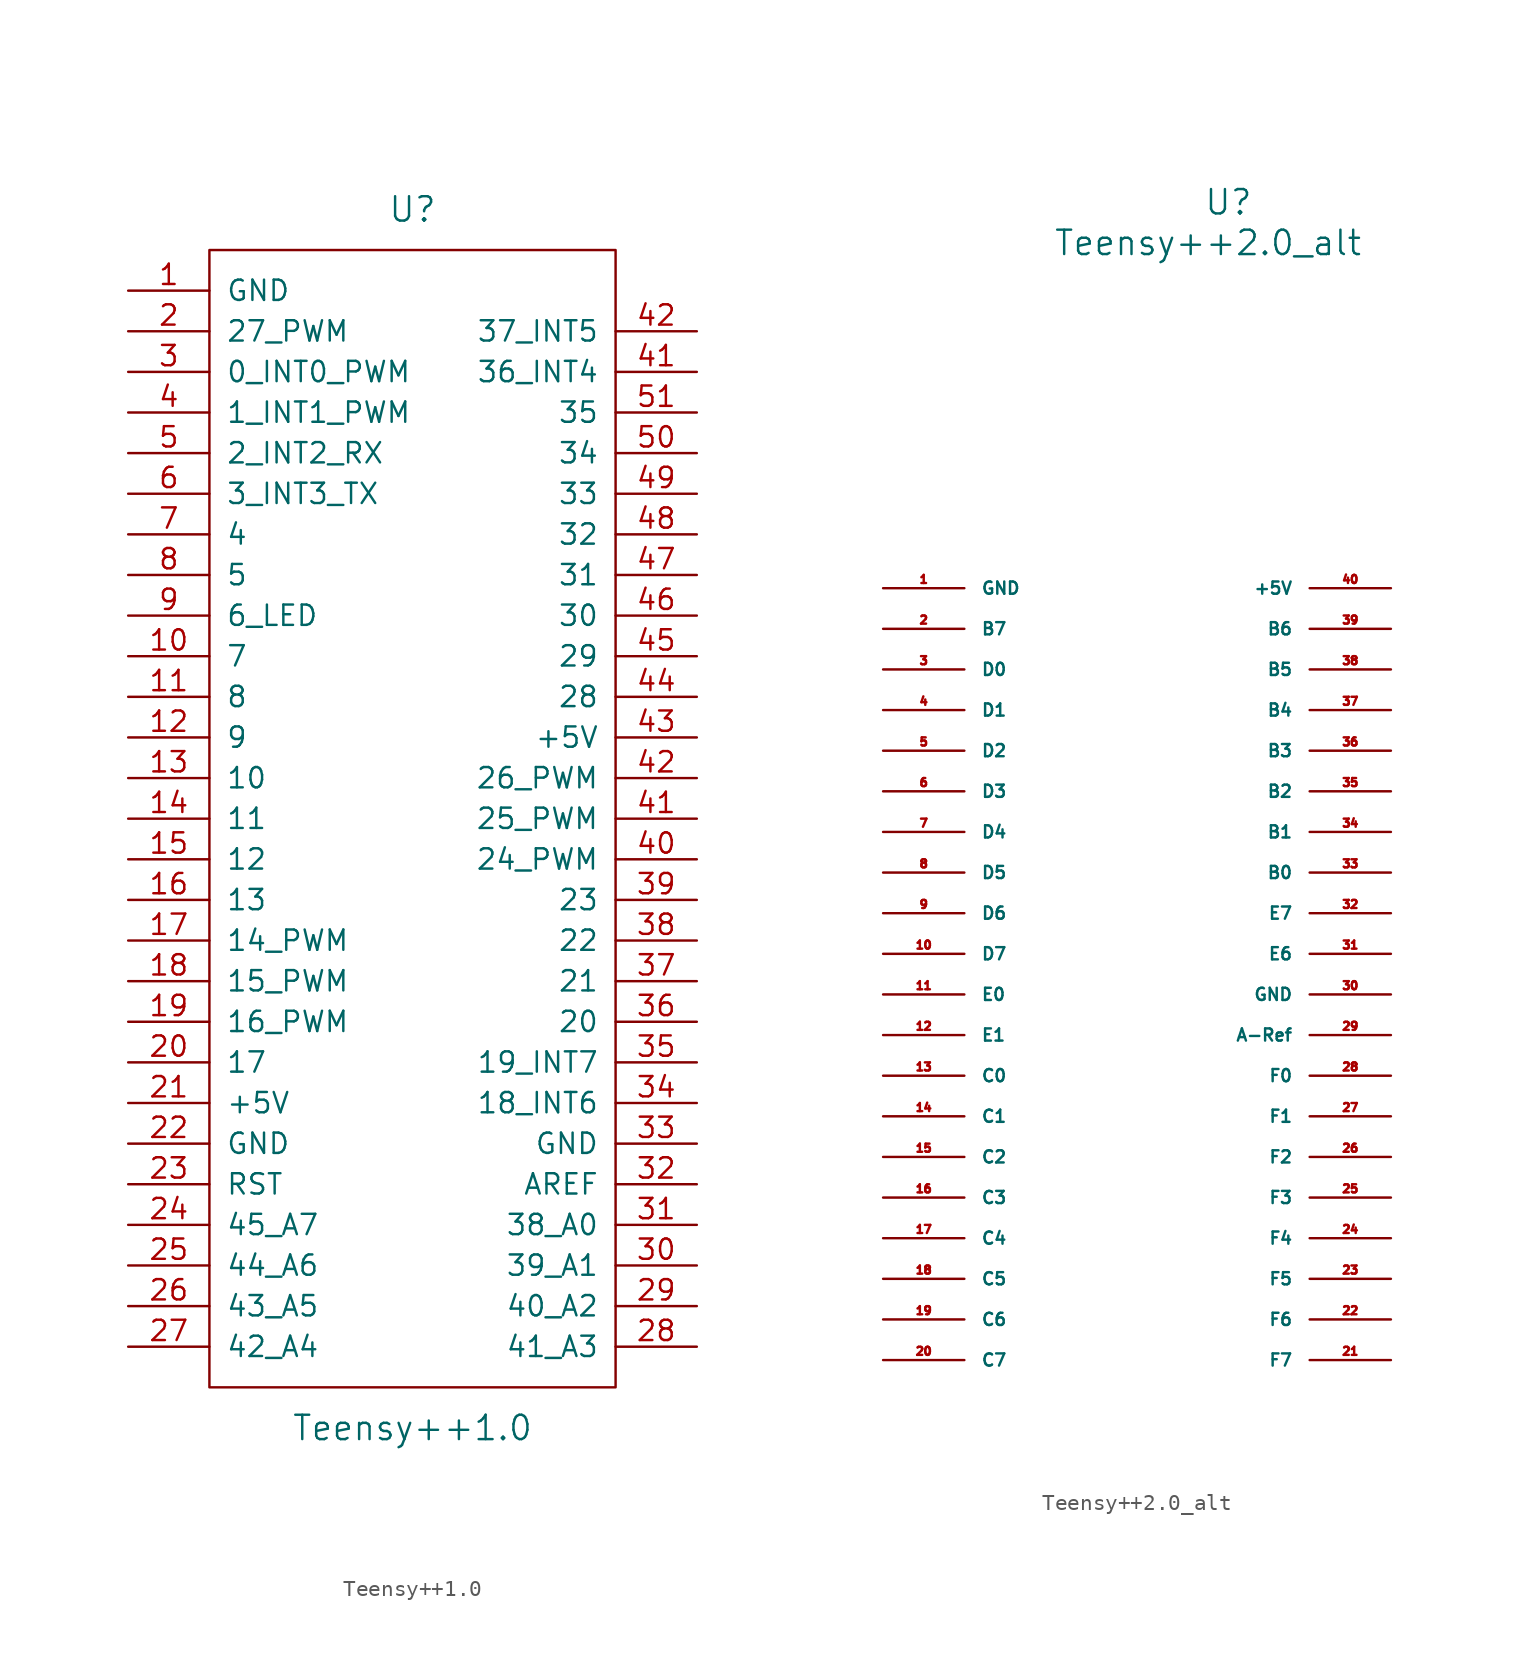
<source format=kicad_sym>
(kicad_symbol_lib
  (version 20211014)
  (generator kicad_symbol_editor)
  (symbol "Teensy++1.0"
    (pin_names
      (offset 1.016))
    (property "Reference" "U"
      (at 0 36.83 0)
      (effects (font (size 1.524 1.524))))
    (property "Value" "Teensy++1.0"
      (at 0 -39.37 0)
      (effects (font (size 1.524 1.524))))
    (property "Footprint" ""
      (at 2.54 -21.59 0)
      (effects (font (size 1.524 1.524))))
    (property "Datasheet" ""
      (at 2.54 -21.59 0)
      (effects (font (size 1.524 1.524))))
    (symbol "Teensy++1.0_0_1"
      (rectangle (start -12.7 34.29) (end 12.7 -36.83) (stroke (width 0) (type default)) (fill (type none))))
    (symbol "Teensy++1.0_1_1"
      (pin power_in line (at -17.78 31.75 0) (length 5.08) (name "GND" (effects (font (size 1.27 1.27)))) (number "1" (effects (font (size 1.27 1.27)))))
      (pin bidirectional line (at -17.78 8.89 0) (length 5.08) (name "7" (effects (font (size 1.27 1.27)))) (number "10" (effects (font (size 1.27 1.27)))))
      (pin bidirectional line (at -17.78 6.35 0) (length 5.08) (name "8" (effects (font (size 1.27 1.27)))) (number "11" (effects (font (size 1.27 1.27)))))
      (pin bidirectional line (at -17.78 3.81 0) (length 5.08) (name "9" (effects (font (size 1.27 1.27)))) (number "12" (effects (font (size 1.27 1.27)))))
      (pin bidirectional line (at -17.78 1.27 0) (length 5.08) (name "10" (effects (font (size 1.27 1.27)))) (number "13" (effects (font (size 1.27 1.27)))))
      (pin bidirectional line (at -17.78 -1.27 0) (length 5.08) (name "11" (effects (font (size 1.27 1.27)))) (number "14" (effects (font (size 1.27 1.27)))))
      (pin bidirectional line (at -17.78 -3.81 0) (length 5.08) (name "12" (effects (font (size 1.27 1.27)))) (number "15" (effects (font (size 1.27 1.27)))))
      (pin bidirectional line (at -17.78 -6.35 0) (length 5.08) (name "13" (effects (font (size 1.27 1.27)))) (number "16" (effects (font (size 1.27 1.27)))))
      (pin bidirectional line (at -17.78 -8.89 0) (length 5.08) (name "14_PWM" (effects (font (size 1.27 1.27)))) (number "17" (effects (font (size 1.27 1.27)))))
      (pin bidirectional line (at -17.78 -11.43 0) (length 5.08) (name "15_PWM" (effects (font (size 1.27 1.27)))) (number "18" (effects (font (size 1.27 1.27)))))
      (pin bidirectional line (at -17.78 -13.97 0) (length 5.08) (name "16_PWM" (effects (font (size 1.27 1.27)))) (number "19" (effects (font (size 1.27 1.27)))))
      (pin bidirectional line (at -17.78 29.21 0) (length 5.08) (name "27_PWM" (effects (font (size 1.27 1.27)))) (number "2" (effects (font (size 1.27 1.27)))))
      (pin bidirectional line (at -17.78 -16.51 0) (length 5.08) (name "17" (effects (font (size 1.27 1.27)))) (number "20" (effects (font (size 1.27 1.27)))))
      (pin power_in line (at -17.78 -19.05 0) (length 5.08) (name "+5V" (effects (font (size 1.27 1.27)))) (number "21" (effects (font (size 1.27 1.27)))))
      (pin power_in line (at -17.78 -21.59 0) (length 5.08) (name "GND" (effects (font (size 1.27 1.27)))) (number "22" (effects (font (size 1.27 1.27)))))
      (pin input line (at -17.78 -24.13 0) (length 5.08) (name "RST" (effects (font (size 1.27 1.27)))) (number "23" (effects (font (size 1.27 1.27)))))
      (pin bidirectional line (at -17.78 -26.67 0) (length 5.08) (name "45_A7" (effects (font (size 1.27 1.27)))) (number "24" (effects (font (size 1.27 1.27)))))
      (pin bidirectional line (at -17.78 -29.21 0) (length 5.08) (name "44_A6" (effects (font (size 1.27 1.27)))) (number "25" (effects (font (size 1.27 1.27)))))
      (pin bidirectional line (at -17.78 -31.75 0) (length 5.08) (name "43_A5" (effects (font (size 1.27 1.27)))) (number "26" (effects (font (size 1.27 1.27)))))
      (pin bidirectional line (at -17.78 -34.29 0) (length 5.08) (name "42_A4" (effects (font (size 1.27 1.27)))) (number "27" (effects (font (size 1.27 1.27)))))
      (pin bidirectional line (at 17.78 -34.29 180) (length 5.08) (name "41_A3" (effects (font (size 1.27 1.27)))) (number "28" (effects (font (size 1.27 1.27)))))
      (pin bidirectional line (at 17.78 -31.75 180) (length 5.08) (name "40_A2" (effects (font (size 1.27 1.27)))) (number "29" (effects (font (size 1.27 1.27)))))
      (pin bidirectional line (at -17.78 26.67 0) (length 5.08) (name "0_INT0_PWM" (effects (font (size 1.27 1.27)))) (number "3" (effects (font (size 1.27 1.27)))))
      (pin bidirectional line (at 17.78 -29.21 180) (length 5.08) (name "39_A1" (effects (font (size 1.27 1.27)))) (number "30" (effects (font (size 1.27 1.27)))))
      (pin bidirectional line (at 17.78 -26.67 180) (length 5.08) (name "38_A0" (effects (font (size 1.27 1.27)))) (number "31" (effects (font (size 1.27 1.27)))))
      (pin input line (at 17.78 -24.13 180) (length 5.08) (name "AREF" (effects (font (size 1.27 1.27)))) (number "32" (effects (font (size 1.27 1.27)))))
      (pin power_in line (at 17.78 -21.59 180) (length 5.08) (name "GND" (effects (font (size 1.27 1.27)))) (number "33" (effects (font (size 1.27 1.27)))))
      (pin bidirectional line (at 17.78 -19.05 180) (length 5.08) (name "18_INT6" (effects (font (size 1.27 1.27)))) (number "34" (effects (font (size 1.27 1.27)))))
      (pin bidirectional line (at 17.78 -16.51 180) (length 5.08) (name "19_INT7" (effects (font (size 1.27 1.27)))) (number "35" (effects (font (size 1.27 1.27)))))
      (pin bidirectional line (at 17.78 -13.97 180) (length 5.08) (name "20" (effects (font (size 1.27 1.27)))) (number "36" (effects (font (size 1.27 1.27)))))
      (pin bidirectional line (at 17.78 -11.43 180) (length 5.08) (name "21" (effects (font (size 1.27 1.27)))) (number "37" (effects (font (size 1.27 1.27)))))
      (pin bidirectional line (at 17.78 -8.89 180) (length 5.08) (name "22" (effects (font (size 1.27 1.27)))) (number "38" (effects (font (size 1.27 1.27)))))
      (pin bidirectional line (at 17.78 -6.35 180) (length 5.08) (name "23" (effects (font (size 1.27 1.27)))) (number "39" (effects (font (size 1.27 1.27)))))
      (pin bidirectional line (at -17.78 24.13 0) (length 5.08) (name "1_INT1_PWM" (effects (font (size 1.27 1.27)))) (number "4" (effects (font (size 1.27 1.27)))))
      (pin bidirectional line (at 17.78 -3.81 180) (length 5.08) (name "24_PWM" (effects (font (size 1.27 1.27)))) (number "40" (effects (font (size 1.27 1.27)))))
      (pin bidirectional line (at 17.78 -1.27 180) (length 5.08) (name "25_PWM" (effects (font (size 1.27 1.27)))) (number "41" (effects (font (size 1.27 1.27)))))
      (pin bidirectional line (at 17.78 26.67 180) (length 5.08) (name "36_INT4" (effects (font (size 1.27 1.27)))) (number "41" (effects (font (size 1.27 1.27)))))
      (pin bidirectional line (at 17.78 1.27 180) (length 5.08) (name "26_PWM" (effects (font (size 1.27 1.27)))) (number "42" (effects (font (size 1.27 1.27)))))
      (pin bidirectional line (at 17.78 29.21 180) (length 5.08) (name "37_INT5" (effects (font (size 1.27 1.27)))) (number "42" (effects (font (size 1.27 1.27)))))
      (pin power_in line (at 17.78 3.81 180) (length 5.08) (name "+5V" (effects (font (size 1.27 1.27)))) (number "43" (effects (font (size 1.27 1.27)))))
      (pin bidirectional line (at 17.78 6.35 180) (length 5.08) (name "28" (effects (font (size 1.27 1.27)))) (number "44" (effects (font (size 1.27 1.27)))))
      (pin bidirectional line (at 17.78 8.89 180) (length 5.08) (name "29" (effects (font (size 1.27 1.27)))) (number "45" (effects (font (size 1.27 1.27)))))
      (pin bidirectional line (at 17.78 11.43 180) (length 5.08) (name "30" (effects (font (size 1.27 1.27)))) (number "46" (effects (font (size 1.27 1.27)))))
      (pin bidirectional line (at 17.78 13.97 180) (length 5.08) (name "31" (effects (font (size 1.27 1.27)))) (number "47" (effects (font (size 1.27 1.27)))))
      (pin bidirectional line (at 17.78 16.51 180) (length 5.08) (name "32" (effects (font (size 1.27 1.27)))) (number "48" (effects (font (size 1.27 1.27)))))
      (pin bidirectional line (at 17.78 19.05 180) (length 5.08) (name "33" (effects (font (size 1.27 1.27)))) (number "49" (effects (font (size 1.27 1.27)))))
      (pin bidirectional line (at -17.78 21.59 0) (length 5.08) (name "2_INT2_RX" (effects (font (size 1.27 1.27)))) (number "5" (effects (font (size 1.27 1.27)))))
      (pin bidirectional line (at 17.78 21.59 180) (length 5.08) (name "34" (effects (font (size 1.27 1.27)))) (number "50" (effects (font (size 1.27 1.27)))))
      (pin bidirectional line (at 17.78 24.13 180) (length 5.08) (name "35" (effects (font (size 1.27 1.27)))) (number "51" (effects (font (size 1.27 1.27)))))
      (pin bidirectional line (at -17.78 19.05 0) (length 5.08) (name "3_INT3_TX" (effects (font (size 1.27 1.27)))) (number "6" (effects (font (size 1.27 1.27)))))
      (pin bidirectional line (at -17.78 16.51 0) (length 5.08) (name "4" (effects (font (size 1.27 1.27)))) (number "7" (effects (font (size 1.27 1.27)))))
      (pin bidirectional line (at -17.78 13.97 0) (length 5.08) (name "5" (effects (font (size 1.27 1.27)))) (number "8" (effects (font (size 1.27 1.27)))))
      (pin bidirectional line (at -17.78 11.43 0) (length 5.08) (name "6_LED" (effects (font (size 1.27 1.27)))) (number "9" (effects (font (size 1.27 1.27)))))))
  (symbol "Teensy++2.0_alt"
    (pin_names
      (offset 1.016))
    (property "Reference" "U"
      (at 1.27 53.34 0)
      (effects (font (size 1.524 1.524))))
    (property "Value" "Teensy++2.0_alt"
      (at 0 50.8 0)
      (effects (font (size 1.524 1.524))))
    (symbol "Teensy++2.0_alt_0_0"
      (pin power_in line (at -20.32 29.21 0) (length 5.08) (name "GND" (effects (font (size 0.762 0.762)))) (number "1" (effects (font (size 0.508 0.508)))))
      (pin bidirectional line (at -20.32 6.35 0) (length 5.08) (name "D7" (effects (font (size 0.762 0.762)))) (number "10" (effects (font (size 0.508 0.508)))))
      (pin bidirectional line (at -20.32 3.81 0) (length 5.08) (name "E0" (effects (font (size 0.762 0.762)))) (number "11" (effects (font (size 0.508 0.508)))))
      (pin bidirectional line (at -20.32 1.27 0) (length 5.08) (name "E1" (effects (font (size 0.762 0.762)))) (number "12" (effects (font (size 0.508 0.508)))))
      (pin bidirectional line (at -20.32 -1.27 0) (length 5.08) (name "C0" (effects (font (size 0.762 0.762)))) (number "13" (effects (font (size 0.508 0.508)))))
      (pin bidirectional line (at -20.32 -3.81 0) (length 5.08) (name "C1" (effects (font (size 0.762 0.762)))) (number "14" (effects (font (size 0.508 0.508)))))
      (pin bidirectional line (at -20.32 -6.35 0) (length 5.08) (name "C2" (effects (font (size 0.762 0.762)))) (number "15" (effects (font (size 0.508 0.508)))))
      (pin bidirectional line (at -20.32 -8.89 0) (length 5.08) (name "C3" (effects (font (size 0.762 0.762)))) (number "16" (effects (font (size 0.508 0.508)))))
      (pin bidirectional line (at -20.32 -11.43 0) (length 5.08) (name "C4" (effects (font (size 0.762 0.762)))) (number "17" (effects (font (size 0.508 0.508)))))
      (pin bidirectional line (at -20.32 -13.97 0) (length 5.08) (name "C5" (effects (font (size 0.762 0.762)))) (number "18" (effects (font (size 0.508 0.508)))))
      (pin bidirectional line (at -20.32 -16.51 0) (length 5.08) (name "C6" (effects (font (size 0.762 0.762)))) (number "19" (effects (font (size 0.508 0.508)))))
      (pin bidirectional line (at -20.32 26.67 0) (length 5.08) (name "B7" (effects (font (size 0.762 0.762)))) (number "2" (effects (font (size 0.508 0.508)))))
      (pin bidirectional line (at -20.32 -19.05 0) (length 5.08) (name "C7" (effects (font (size 0.762 0.762)))) (number "20" (effects (font (size 0.508 0.508)))))
      (pin bidirectional line (at 11.43 -19.05 180) (length 5.08) (name "F7" (effects (font (size 0.762 0.762)))) (number "21" (effects (font (size 0.508 0.508)))))
      (pin bidirectional line (at 11.43 -16.51 180) (length 5.08) (name "F6" (effects (font (size 0.762 0.762)))) (number "22" (effects (font (size 0.508 0.508)))))
      (pin bidirectional line (at 11.43 -13.97 180) (length 5.08) (name "F5" (effects (font (size 0.762 0.762)))) (number "23" (effects (font (size 0.508 0.508)))))
      (pin bidirectional line (at 11.43 -11.43 180) (length 5.08) (name "F4" (effects (font (size 0.762 0.762)))) (number "24" (effects (font (size 0.508 0.508)))))
      (pin bidirectional line (at 11.43 -8.89 180) (length 5.08) (name "F3" (effects (font (size 0.762 0.762)))) (number "25" (effects (font (size 0.508 0.508)))))
      (pin bidirectional line (at 11.43 -6.35 180) (length 5.08) (name "F2" (effects (font (size 0.762 0.762)))) (number "26" (effects (font (size 0.508 0.508)))))
      (pin bidirectional line (at 11.43 -3.81 180) (length 5.08) (name "F1" (effects (font (size 0.762 0.762)))) (number "27" (effects (font (size 0.508 0.508)))))
      (pin bidirectional line (at 11.43 -1.27 180) (length 5.08) (name "F0" (effects (font (size 0.762 0.762)))) (number "28" (effects (font (size 0.508 0.508)))))
      (pin bidirectional line (at 11.43 1.27 180) (length 5.08) (name "A-Ref" (effects (font (size 0.762 0.762)))) (number "29" (effects (font (size 0.508 0.508)))))
      (pin bidirectional line (at -20.32 24.13 0) (length 5.08) (name "D0" (effects (font (size 0.762 0.762)))) (number "3" (effects (font (size 0.508 0.508)))))
      (pin power_in line (at 11.43 3.81 180) (length 5.08) (name "GND" (effects (font (size 0.762 0.762)))) (number "30" (effects (font (size 0.508 0.508)))))
      (pin bidirectional line (at 11.43 6.35 180) (length 5.08) (name "E6" (effects (font (size 0.762 0.762)))) (number "31" (effects (font (size 0.508 0.508)))))
      (pin bidirectional line (at 11.43 8.89 180) (length 5.08) (name "E7" (effects (font (size 0.762 0.762)))) (number "32" (effects (font (size 0.508 0.508)))))
      (pin bidirectional line (at 11.43 11.43 180) (length 5.08) (name "B0" (effects (font (size 0.762 0.762)))) (number "33" (effects (font (size 0.508 0.508)))))
      (pin bidirectional line (at 11.43 13.97 180) (length 5.08) (name "B1" (effects (font (size 0.762 0.762)))) (number "34" (effects (font (size 0.508 0.508)))))
      (pin bidirectional line (at 11.43 16.51 180) (length 5.08) (name "B2" (effects (font (size 0.762 0.762)))) (number "35" (effects (font (size 0.508 0.508)))))
      (pin bidirectional line (at 11.43 19.05 180) (length 5.08) (name "B3" (effects (font (size 0.762 0.762)))) (number "36" (effects (font (size 0.508 0.508)))))
      (pin bidirectional line (at 11.43 21.59 180) (length 5.08) (name "B4" (effects (font (size 0.762 0.762)))) (number "37" (effects (font (size 0.508 0.508)))))
      (pin bidirectional line (at 11.43 24.13 180) (length 5.08) (name "B5" (effects (font (size 0.762 0.762)))) (number "38" (effects (font (size 0.508 0.508)))))
      (pin bidirectional line (at 11.43 26.67 180) (length 5.08) (name "B6" (effects (font (size 0.762 0.762)))) (number "39" (effects (font (size 0.508 0.508)))))
      (pin bidirectional line (at -20.32 21.59 0) (length 5.08) (name "D1" (effects (font (size 0.762 0.762)))) (number "4" (effects (font (size 0.508 0.508)))))
      (pin bidirectional line (at 11.43 29.21 180) (length 5.08) (name "+5V" (effects (font (size 0.762 0.762)))) (number "40" (effects (font (size 0.508 0.508)))))
      (pin bidirectional line (at -20.32 19.05 0) (length 5.08) (name "D2" (effects (font (size 0.762 0.762)))) (number "5" (effects (font (size 0.508 0.508)))))
      (pin bidirectional line (at -20.32 16.51 0) (length 5.08) (name "D3" (effects (font (size 0.762 0.762)))) (number "6" (effects (font (size 0.508 0.508)))))
      (pin bidirectional line (at -20.32 13.97 0) (length 5.08) (name "D4" (effects (font (size 0.762 0.762)))) (number "7" (effects (font (size 0.508 0.508)))))
      (pin bidirectional line (at -20.32 11.43 0) (length 5.08) (name "D5" (effects (font (size 0.762 0.762)))) (number "8" (effects (font (size 0.508 0.508)))))
      (pin bidirectional line (at -20.32 8.89 0) (length 5.08) (name "D6" (effects (font (size 0.762 0.762)))) (number "9" (effects (font (size 0.508 0.508))))))))
</source>
